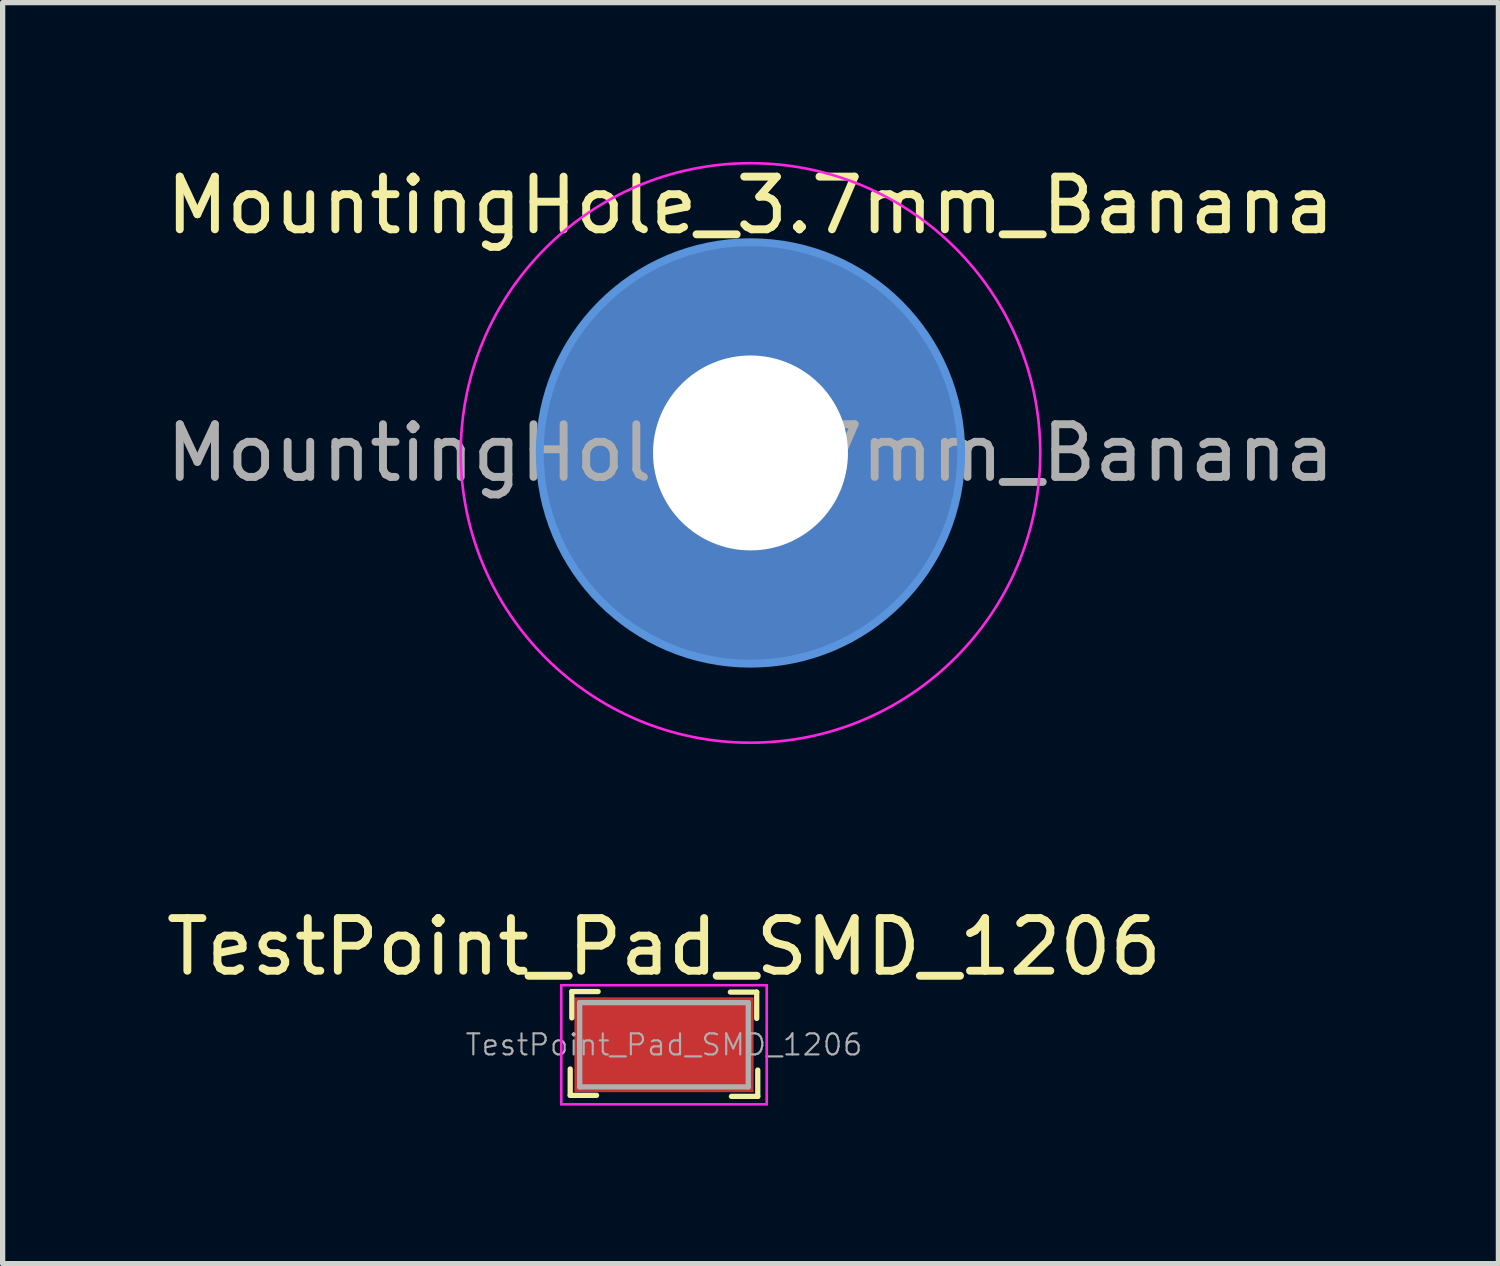
<source format=kicad_pcb>
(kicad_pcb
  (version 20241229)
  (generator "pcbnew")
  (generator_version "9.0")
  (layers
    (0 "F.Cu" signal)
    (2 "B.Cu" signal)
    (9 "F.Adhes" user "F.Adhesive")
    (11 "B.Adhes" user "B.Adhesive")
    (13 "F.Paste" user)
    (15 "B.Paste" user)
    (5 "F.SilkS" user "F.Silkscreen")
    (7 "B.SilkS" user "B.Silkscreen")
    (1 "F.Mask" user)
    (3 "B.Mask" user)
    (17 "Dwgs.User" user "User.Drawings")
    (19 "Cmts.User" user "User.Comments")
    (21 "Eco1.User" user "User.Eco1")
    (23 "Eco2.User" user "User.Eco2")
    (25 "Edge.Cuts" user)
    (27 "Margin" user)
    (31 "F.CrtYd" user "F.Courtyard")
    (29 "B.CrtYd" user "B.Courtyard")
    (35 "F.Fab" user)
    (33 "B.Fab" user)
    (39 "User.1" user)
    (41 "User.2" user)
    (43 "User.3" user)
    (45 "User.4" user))
  (footprint "TestPoint_Pad_SMD_1206"
    (layer "F.Cu")
    (at 9.554 16.782)
    (property "Reference" "TestPoint_Pad_SMD_1206" (at 0 -1.86 0) (layer "F.SilkS") (effects (font (size 1 1) (thickness 0.15))))
    (attr smd)
    (fp_line (start -1.78 0.46) (end -1.78 0.96) (stroke (width 0.1) (type solid)) (layer "F.SilkS"))
    (fp_line (start -1.78 0.96) (end -1.28 0.96) (stroke (width 0.1) (type solid)) (layer "F.SilkS"))
    (fp_line (start -1.75 -1.01) (end -1.75 -0.51) (stroke (width 0.1) (type solid)) (layer "F.SilkS"))
    (fp_line (start -1.75 -1.01) (end -1.25 -1.01) (stroke (width 0.1) (type solid)) (layer "F.SilkS"))
    (fp_line (start 1.76 -1) (end 1.26 -1) (stroke (width 0.1) (type solid)) (layer "F.SilkS"))
    (fp_line (start 1.76 -1) (end 1.76 -0.5) (stroke (width 0.1) (type solid)) (layer "F.SilkS"))
    (fp_line (start 1.78 0.98) (end 1.28 0.98) (stroke (width 0.1) (type solid)) (layer "F.SilkS"))
    (fp_line (start 1.78 0.98) (end 1.78 0.48) (stroke (width 0.1) (type solid)) (layer "F.SilkS"))
    (fp_line (start -1.95 -1.13) (end -1.95 1.13) (stroke (width 0.05) (type solid)) (layer "F.CrtYd"))
    (fp_line (start 1.95 -1.13) (end -1.95 -1.13) (stroke (width 0.05) (type solid)) (layer "F.CrtYd"))
    (fp_line (start 1.95 -1.13) (end 1.95 1.13) (stroke (width 0.05) (type solid)) (layer "F.CrtYd"))
    (fp_line (start 1.95 1.13) (end -1.95 1.13) (stroke (width 0.05) (type solid)) (layer "F.CrtYd"))
    (fp_line (start -1.6 0.8) (end -1.6 -0.8) (stroke (width 0.1) (type solid)) (layer "F.Fab"))
    (fp_line (start 1.6 -0.8) (end -1.6 -0.8) (stroke (width 0.1) (type solid)) (layer "F.Fab"))
    (fp_line (start 1.6 0.8) (end -1.6 0.8) (stroke (width 0.1) (type solid)) (layer "F.Fab"))
    (fp_line (start 1.6 0.8) (end 1.6 -0.8) (stroke (width 0.1) (type solid)) (layer "F.Fab"))
    (fp_text user "${REFERENCE}" (at 0 0 0) (layer "F.Fab") (effects (font (size 0.4 0.4) (thickness 0.04))))
    (pad "1" smd rect (at 0 0) (size 3.4 1.8) (layers "F.Cu" "F.Mask" "F.Paste")))
  (footprint "MountingHole_3.7mm_Banana"
    (layer "F.Cu")
    (at 11.196 5.548)
    (property "Reference" "MountingHole_3.7mm_Banana" (at 0 -4.7 0) (layer "F.SilkS") (effects (font (size 1 1) (thickness 0.15))))
    (attr exclude_from_pos_files exclude_from_bom)
    (fp_circle (center 0 0) (end 4 0) (stroke (width 0.15) (type solid)) (fill no) (layer "Cmts.User"))
    (fp_circle (center 0 0) (end 5.5 0) (stroke (width 0.05) (type solid)) (fill no) (layer "F.CrtYd"))
    (fp_text user "${REFERENCE}" (at 0 0 0) (layer "F.Fab") (effects (font (size 1 1) (thickness 0.15))))
    (pad "1" thru_hole circle (at 0 0) (size 8 8) (drill 3.7) (layers "*.Cu" "*.Mask")))
  (gr_rect
    (start -3 -3)
    (end 25.393 20.936)
    (stroke (width 0.1) (type default))
    (fill no)
    (layer "Edge.Cuts")))
</source>
